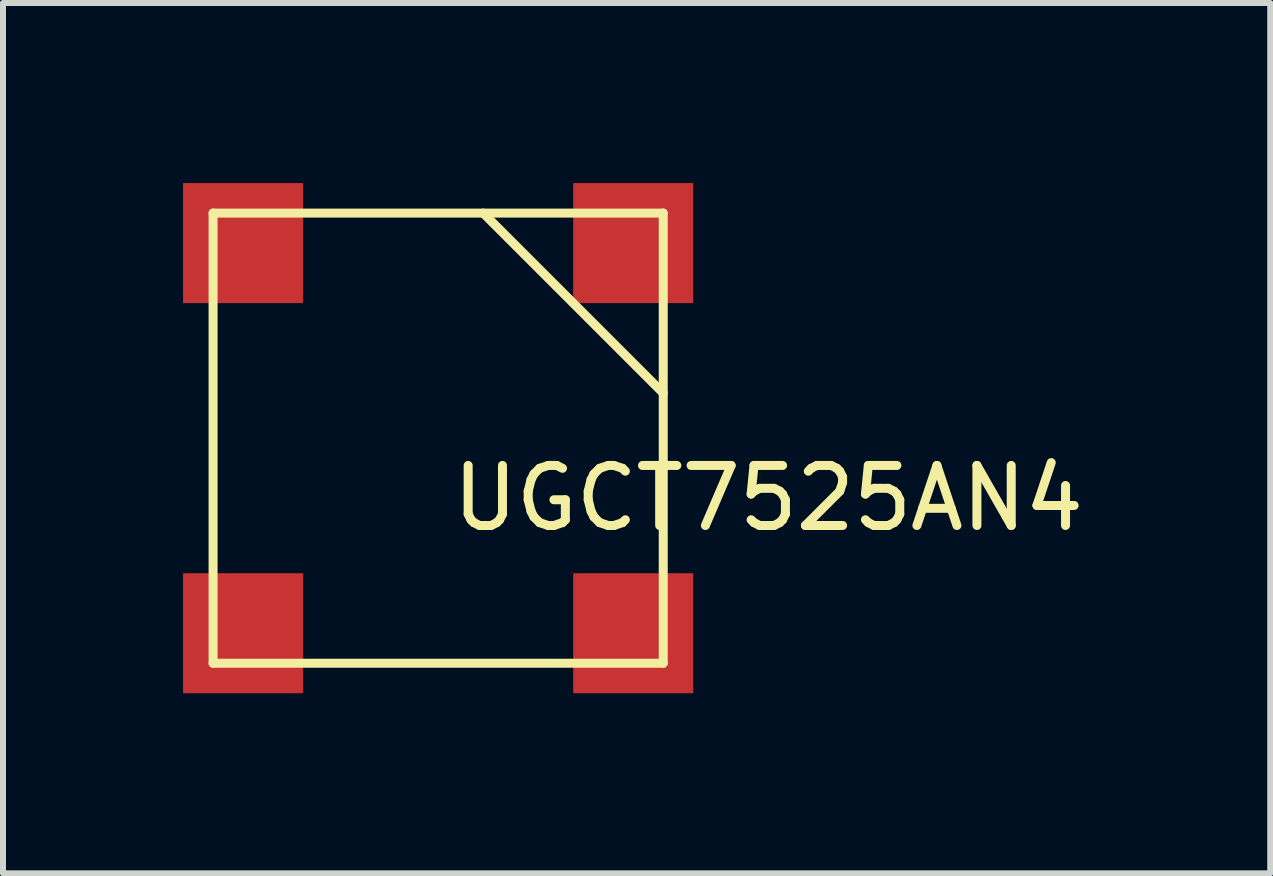
<source format=kicad_pcb>
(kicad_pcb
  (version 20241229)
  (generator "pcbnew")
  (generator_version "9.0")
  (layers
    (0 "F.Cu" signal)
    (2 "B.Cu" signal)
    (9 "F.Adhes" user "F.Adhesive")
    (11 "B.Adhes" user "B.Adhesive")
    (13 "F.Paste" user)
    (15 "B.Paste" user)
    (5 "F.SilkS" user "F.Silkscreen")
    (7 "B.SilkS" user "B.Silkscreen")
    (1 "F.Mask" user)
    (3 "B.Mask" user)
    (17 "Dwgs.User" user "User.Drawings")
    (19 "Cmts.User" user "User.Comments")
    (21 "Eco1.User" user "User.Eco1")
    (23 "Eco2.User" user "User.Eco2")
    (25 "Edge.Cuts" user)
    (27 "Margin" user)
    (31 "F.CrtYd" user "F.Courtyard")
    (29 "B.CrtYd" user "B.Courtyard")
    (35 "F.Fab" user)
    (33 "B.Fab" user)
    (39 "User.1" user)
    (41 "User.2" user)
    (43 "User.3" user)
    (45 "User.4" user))
  (footprint "UGCT7525AN4"
    (layer "F.Cu")
    (at 4.25 4.25)
    (property "Reference" "UGCT7525AN4" (at 5.5 1 0) (layer "F.SilkS") (effects (font (size 1 1) (thickness 0.15))))
    (attr through_hole)
    (fp_line (start -3.75 -3.75) (end -3.75 3.75) (stroke (width 0.15) (type solid)) (layer "F.SilkS"))
    (fp_line (start -3.75 3.75) (end 3.75 3.75) (stroke (width 0.15) (type solid)) (layer "F.SilkS"))
    (fp_line (start 0.75 -3.75) (end 3.75 -0.75) (stroke (width 0.15) (type solid)) (layer "F.SilkS"))
    (fp_line (start 3.75 -3.75) (end -3.75 -3.75) (stroke (width 0.15) (type solid)) (layer "F.SilkS"))
    (fp_line (start 3.75 3.75) (end 3.75 -3.75) (stroke (width 0.15) (type solid)) (layer "F.SilkS"))
    (pad "" smd rect (at 3.25 -3.25) (size 2 2) (layers "F.Cu" "F.Mask" "F.Paste"))
    (pad "" smd rect (at 3.25 3.25) (size 2 2) (layers "F.Cu" "F.Mask" "F.Paste"))
    (pad "1" smd rect (at -3.25 -3.25) (size 2 2) (layers "F.Cu" "F.Mask" "F.Paste"))
    (pad "2" smd rect (at -3.25 3.25) (size 2 2) (layers "F.Cu" "F.Mask" "F.Paste")))
  (gr_rect
    (start -3 -3)
    (end 18.113 11.5)
    (stroke (width 0.1) (type default))
    (fill no)
    (layer "Edge.Cuts")))
</source>
